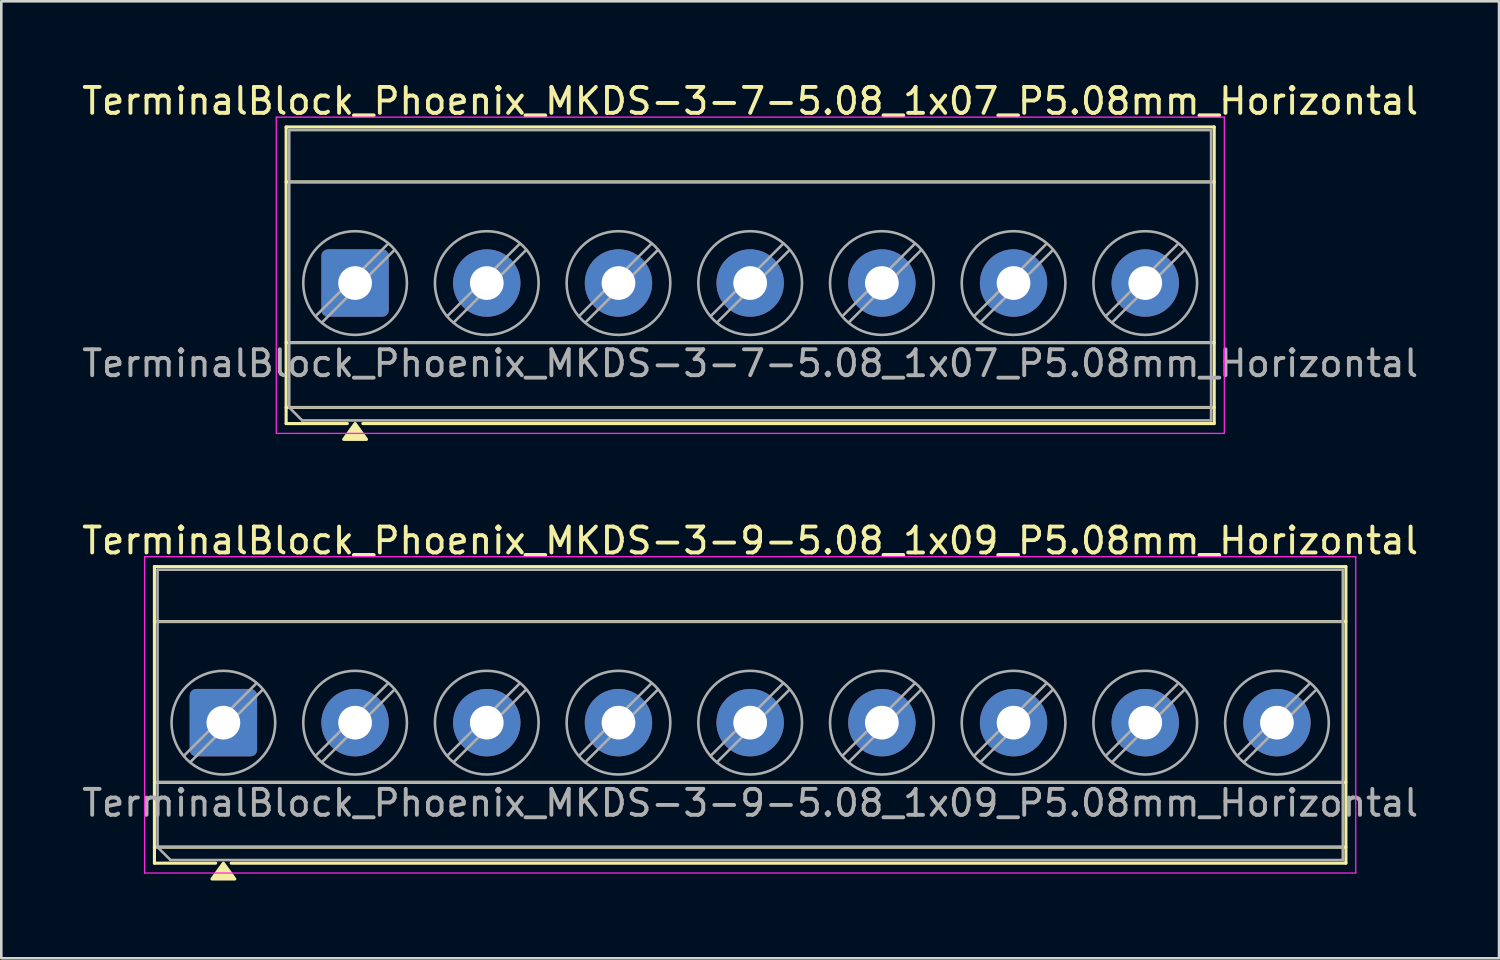
<source format=kicad_pcb>
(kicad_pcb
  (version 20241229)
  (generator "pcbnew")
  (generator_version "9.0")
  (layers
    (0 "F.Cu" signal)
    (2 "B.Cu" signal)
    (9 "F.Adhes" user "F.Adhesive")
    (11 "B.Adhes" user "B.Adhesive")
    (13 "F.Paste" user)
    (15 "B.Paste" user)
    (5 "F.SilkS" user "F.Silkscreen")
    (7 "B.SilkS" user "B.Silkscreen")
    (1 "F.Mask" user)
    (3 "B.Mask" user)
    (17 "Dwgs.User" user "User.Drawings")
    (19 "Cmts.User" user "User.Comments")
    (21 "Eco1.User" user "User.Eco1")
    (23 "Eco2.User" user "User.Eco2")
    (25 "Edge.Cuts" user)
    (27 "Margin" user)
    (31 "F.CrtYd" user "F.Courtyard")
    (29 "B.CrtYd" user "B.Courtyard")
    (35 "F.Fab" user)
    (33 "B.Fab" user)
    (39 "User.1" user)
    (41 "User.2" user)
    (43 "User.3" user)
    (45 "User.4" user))
  (footprint "TerminalBlock_Phoenix_MKDS-3-7-5.08_1x07_P5.08mm_Horizontal"
    (layer "F.Cu")
    (at 10.647 7.868)
    (property "Reference" "TerminalBlock_Phoenix_MKDS-3-7-5.08_1x07_P5.08mm_Horizontal" (at 15.24 -7.02 0) (layer "F.SilkS") (effects (font (size 1 1) (thickness 0.15))))
    (attr through_hole)
    (fp_line (start -2.66 -6.02) (end -2.66 5.42) (stroke (width 0.12) (type solid)) (layer "F.SilkS"))
    (fp_line (start -2.66 -6.02) (end 33.14 -6.02) (stroke (width 0.12) (type solid)) (layer "F.SilkS"))
    (fp_line (start -2.66 -3.9) (end 33.14 -3.9) (stroke (width 0.12) (type solid)) (layer "F.SilkS"))
    (fp_line (start -2.66 2.3) (end 33.14 2.3) (stroke (width 0.12) (type solid)) (layer "F.SilkS"))
    (fp_line (start -2.66 4.8) (end 33.14 4.8) (stroke (width 0.12) (type solid)) (layer "F.SilkS"))
    (fp_line (start -2.66 5.42) (end -0.3 5.42) (stroke (width 0.12) (type solid)) (layer "F.SilkS"))
    (fp_line (start 0.3 5.42) (end 33.14 5.42) (stroke (width 0.12) (type solid)) (layer "F.SilkS"))
    (fp_line (start 33.14 -6.02) (end 33.14 5.42) (stroke (width 0.12) (type solid)) (layer "F.SilkS"))
    (fp_poly (pts (xy 0 5.42) (xy 0.44 6.03) (xy -0.44 6.03)) (stroke (width 0.12) (type solid)) (fill yes) (layer "F.SilkS"))
    (fp_line (start -3.04 -6.4) (end -3.04 5.8) (stroke (width 0.05) (type solid)) (layer "F.CrtYd"))
    (fp_line (start -3.04 5.8) (end 33.53 5.8) (stroke (width 0.05) (type solid)) (layer "F.CrtYd"))
    (fp_line (start 33.53 -6.4) (end -3.04 -6.4) (stroke (width 0.05) (type solid)) (layer "F.CrtYd"))
    (fp_line (start 33.53 5.8) (end 33.53 -6.4) (stroke (width 0.05) (type solid)) (layer "F.CrtYd"))
    (fp_line (start -2.54 -5.9) (end 33.02 -5.9) (stroke (width 0.1) (type solid)) (layer "F.Fab"))
    (fp_line (start -2.54 -3.9) (end 33.02 -3.9) (stroke (width 0.1) (type solid)) (layer "F.Fab"))
    (fp_line (start -2.54 2.3) (end 33.02 2.3) (stroke (width 0.1) (type solid)) (layer "F.Fab"))
    (fp_line (start -2.54 4.8) (end -2.54 -5.9) (stroke (width 0.1) (type solid)) (layer "F.Fab"))
    (fp_line (start -2.54 4.8) (end 33.02 4.8) (stroke (width 0.1) (type solid)) (layer "F.Fab"))
    (fp_line (start -2.04 5.3) (end -2.54 4.8) (stroke (width 0.1) (type solid)) (layer "F.Fab"))
    (fp_line (start 1.273 -1.517) (end -1.517 1.272) (stroke (width 0.1) (type solid)) (layer "F.Fab"))
    (fp_line (start 1.517 -1.273) (end -1.273 1.517) (stroke (width 0.1) (type solid)) (layer "F.Fab"))
    (fp_line (start 6.353 -1.517) (end 3.563 1.272) (stroke (width 0.1) (type solid)) (layer "F.Fab"))
    (fp_line (start 6.597 -1.273) (end 3.807 1.517) (stroke (width 0.1) (type solid)) (layer "F.Fab"))
    (fp_line (start 11.433 -1.517) (end 8.643 1.272) (stroke (width 0.1) (type solid)) (layer "F.Fab"))
    (fp_line (start 11.677 -1.273) (end 8.887 1.517) (stroke (width 0.1) (type solid)) (layer "F.Fab"))
    (fp_line (start 16.513 -1.517) (end 13.723 1.272) (stroke (width 0.1) (type solid)) (layer "F.Fab"))
    (fp_line (start 16.757 -1.273) (end 13.967 1.517) (stroke (width 0.1) (type solid)) (layer "F.Fab"))
    (fp_line (start 21.593 -1.517) (end 18.803 1.272) (stroke (width 0.1) (type solid)) (layer "F.Fab"))
    (fp_line (start 21.837 -1.273) (end 19.047 1.517) (stroke (width 0.1) (type solid)) (layer "F.Fab"))
    (fp_line (start 26.673 -1.517) (end 23.883 1.272) (stroke (width 0.1) (type solid)) (layer "F.Fab"))
    (fp_line (start 26.917 -1.273) (end 24.127 1.517) (stroke (width 0.1) (type solid)) (layer "F.Fab"))
    (fp_line (start 31.753 -1.517) (end 28.963 1.272) (stroke (width 0.1) (type solid)) (layer "F.Fab"))
    (fp_line (start 31.997 -1.273) (end 29.207 1.517) (stroke (width 0.1) (type solid)) (layer "F.Fab"))
    (fp_line (start 33.02 -5.9) (end 33.02 5.3) (stroke (width 0.1) (type solid)) (layer "F.Fab"))
    (fp_line (start 33.02 5.3) (end -2.04 5.3) (stroke (width 0.1) (type solid)) (layer "F.Fab"))
    (fp_circle (center 0 0) (end 2 0) (stroke (width 0.1) (type solid)) (fill no) (layer "F.Fab"))
    (fp_circle (center 5.08 0) (end 7.08 0) (stroke (width 0.1) (type solid)) (fill no) (layer "F.Fab"))
    (fp_circle (center 10.16 0) (end 12.16 0) (stroke (width 0.1) (type solid)) (fill no) (layer "F.Fab"))
    (fp_circle (center 15.24 0) (end 17.24 0) (stroke (width 0.1) (type solid)) (fill no) (layer "F.Fab"))
    (fp_circle (center 20.32 0) (end 22.32 0) (stroke (width 0.1) (type solid)) (fill no) (layer "F.Fab"))
    (fp_circle (center 25.4 0) (end 27.4 0) (stroke (width 0.1) (type solid)) (fill no) (layer "F.Fab"))
    (fp_circle (center 30.48 0) (end 32.48 0) (stroke (width 0.1) (type solid)) (fill no) (layer "F.Fab"))
    (fp_text user "${REFERENCE}" (at 15.24 3.1 0) (layer "F.Fab") (effects (font (size 1 1) (thickness 0.15))))
    (pad "1" thru_hole roundrect (at 0 0) (size 2.6 2.6) (drill 1.3) (layers "*.Cu" "*.Mask") (roundrect_rratio 0.096))
    (pad "2" thru_hole circle (at 5.08 0) (size 2.6 2.6) (drill 1.3) (layers "*.Cu" "*.Mask"))
    (pad "3" thru_hole circle (at 10.16 0) (size 2.6 2.6) (drill 1.3) (layers "*.Cu" "*.Mask"))
    (pad "4" thru_hole circle (at 15.24 0) (size 2.6 2.6) (drill 1.3) (layers "*.Cu" "*.Mask"))
    (pad "5" thru_hole circle (at 20.32 0) (size 2.6 2.6) (drill 1.3) (layers "*.Cu" "*.Mask"))
    (pad "6" thru_hole circle (at 25.4 0) (size 2.6 2.6) (drill 1.3) (layers "*.Cu" "*.Mask"))
    (pad "7" thru_hole circle (at 30.48 0) (size 2.6 2.6) (drill 1.3) (layers "*.Cu" "*.Mask")))
  (footprint "TerminalBlock_Phoenix_MKDS-3-9-5.08_1x09_P5.08mm_Horizontal"
    (layer "F.Cu")
    (at 5.567 24.826)
    (property "Reference" "TerminalBlock_Phoenix_MKDS-3-9-5.08_1x09_P5.08mm_Horizontal" (at 20.32 -7.02 0) (layer "F.SilkS") (effects (font (size 1 1) (thickness 0.15))))
    (attr through_hole)
    (fp_line (start -2.66 -6.02) (end -2.66 5.42) (stroke (width 0.12) (type solid)) (layer "F.SilkS"))
    (fp_line (start -2.66 -6.02) (end 43.3 -6.02) (stroke (width 0.12) (type solid)) (layer "F.SilkS"))
    (fp_line (start -2.66 -3.9) (end 43.3 -3.9) (stroke (width 0.12) (type solid)) (layer "F.SilkS"))
    (fp_line (start -2.66 2.3) (end 43.3 2.3) (stroke (width 0.12) (type solid)) (layer "F.SilkS"))
    (fp_line (start -2.66 4.8) (end 43.3 4.8) (stroke (width 0.12) (type solid)) (layer "F.SilkS"))
    (fp_line (start -2.66 5.42) (end -0.3 5.42) (stroke (width 0.12) (type solid)) (layer "F.SilkS"))
    (fp_line (start 0.3 5.42) (end 43.3 5.42) (stroke (width 0.12) (type solid)) (layer "F.SilkS"))
    (fp_line (start 43.3 -6.02) (end 43.3 5.42) (stroke (width 0.12) (type solid)) (layer "F.SilkS"))
    (fp_poly (pts (xy 0 5.42) (xy 0.44 6.03) (xy -0.44 6.03)) (stroke (width 0.12) (type solid)) (fill yes) (layer "F.SilkS"))
    (fp_line (start -3.04 -6.4) (end -3.04 5.8) (stroke (width 0.05) (type solid)) (layer "F.CrtYd"))
    (fp_line (start -3.04 5.8) (end 43.68 5.8) (stroke (width 0.05) (type solid)) (layer "F.CrtYd"))
    (fp_line (start 43.68 -6.4) (end -3.04 -6.4) (stroke (width 0.05) (type solid)) (layer "F.CrtYd"))
    (fp_line (start 43.68 5.8) (end 43.68 -6.4) (stroke (width 0.05) (type solid)) (layer "F.CrtYd"))
    (fp_line (start -2.54 -5.9) (end 43.18 -5.9) (stroke (width 0.1) (type solid)) (layer "F.Fab"))
    (fp_line (start -2.54 -3.9) (end 43.18 -3.9) (stroke (width 0.1) (type solid)) (layer "F.Fab"))
    (fp_line (start -2.54 2.3) (end 43.18 2.3) (stroke (width 0.1) (type solid)) (layer "F.Fab"))
    (fp_line (start -2.54 4.8) (end -2.54 -5.9) (stroke (width 0.1) (type solid)) (layer "F.Fab"))
    (fp_line (start -2.54 4.8) (end 43.18 4.8) (stroke (width 0.1) (type solid)) (layer "F.Fab"))
    (fp_line (start -2.04 5.3) (end -2.54 4.8) (stroke (width 0.1) (type solid)) (layer "F.Fab"))
    (fp_line (start 1.273 -1.517) (end -1.517 1.272) (stroke (width 0.1) (type solid)) (layer "F.Fab"))
    (fp_line (start 1.517 -1.273) (end -1.273 1.517) (stroke (width 0.1) (type solid)) (layer "F.Fab"))
    (fp_line (start 6.353 -1.517) (end 3.563 1.272) (stroke (width 0.1) (type solid)) (layer "F.Fab"))
    (fp_line (start 6.597 -1.273) (end 3.807 1.517) (stroke (width 0.1) (type solid)) (layer "F.Fab"))
    (fp_line (start 11.433 -1.517) (end 8.643 1.272) (stroke (width 0.1) (type solid)) (layer "F.Fab"))
    (fp_line (start 11.677 -1.273) (end 8.887 1.517) (stroke (width 0.1) (type solid)) (layer "F.Fab"))
    (fp_line (start 16.513 -1.517) (end 13.723 1.272) (stroke (width 0.1) (type solid)) (layer "F.Fab"))
    (fp_line (start 16.757 -1.273) (end 13.967 1.517) (stroke (width 0.1) (type solid)) (layer "F.Fab"))
    (fp_line (start 21.593 -1.517) (end 18.803 1.272) (stroke (width 0.1) (type solid)) (layer "F.Fab"))
    (fp_line (start 21.837 -1.273) (end 19.047 1.517) (stroke (width 0.1) (type solid)) (layer "F.Fab"))
    (fp_line (start 26.673 -1.517) (end 23.883 1.272) (stroke (width 0.1) (type solid)) (layer "F.Fab"))
    (fp_line (start 26.917 -1.273) (end 24.127 1.517) (stroke (width 0.1) (type solid)) (layer "F.Fab"))
    (fp_line (start 31.753 -1.517) (end 28.963 1.272) (stroke (width 0.1) (type solid)) (layer "F.Fab"))
    (fp_line (start 31.997 -1.273) (end 29.207 1.517) (stroke (width 0.1) (type solid)) (layer "F.Fab"))
    (fp_line (start 36.833 -1.517) (end 34.043 1.272) (stroke (width 0.1) (type solid)) (layer "F.Fab"))
    (fp_line (start 37.077 -1.273) (end 34.287 1.517) (stroke (width 0.1) (type solid)) (layer "F.Fab"))
    (fp_line (start 41.913 -1.517) (end 39.123 1.272) (stroke (width 0.1) (type solid)) (layer "F.Fab"))
    (fp_line (start 42.157 -1.273) (end 39.367 1.517) (stroke (width 0.1) (type solid)) (layer "F.Fab"))
    (fp_line (start 43.18 -5.9) (end 43.18 5.3) (stroke (width 0.1) (type solid)) (layer "F.Fab"))
    (fp_line (start 43.18 5.3) (end -2.04 5.3) (stroke (width 0.1) (type solid)) (layer "F.Fab"))
    (fp_circle (center 0 0) (end 2 0) (stroke (width 0.1) (type solid)) (fill no) (layer "F.Fab"))
    (fp_circle (center 5.08 0) (end 7.08 0) (stroke (width 0.1) (type solid)) (fill no) (layer "F.Fab"))
    (fp_circle (center 10.16 0) (end 12.16 0) (stroke (width 0.1) (type solid)) (fill no) (layer "F.Fab"))
    (fp_circle (center 15.24 0) (end 17.24 0) (stroke (width 0.1) (type solid)) (fill no) (layer "F.Fab"))
    (fp_circle (center 20.32 0) (end 22.32 0) (stroke (width 0.1) (type solid)) (fill no) (layer "F.Fab"))
    (fp_circle (center 25.4 0) (end 27.4 0) (stroke (width 0.1) (type solid)) (fill no) (layer "F.Fab"))
    (fp_circle (center 30.48 0) (end 32.48 0) (stroke (width 0.1) (type solid)) (fill no) (layer "F.Fab"))
    (fp_circle (center 35.56 0) (end 37.56 0) (stroke (width 0.1) (type solid)) (fill no) (layer "F.Fab"))
    (fp_circle (center 40.64 0) (end 42.64 0) (stroke (width 0.1) (type solid)) (fill no) (layer "F.Fab"))
    (fp_text user "${REFERENCE}" (at 20.32 3.1 0) (layer "F.Fab") (effects (font (size 1 1) (thickness 0.15))))
    (pad "1" thru_hole roundrect (at 0 0) (size 2.6 2.6) (drill 1.3) (layers "*.Cu" "*.Mask") (roundrect_rratio 0.096))
    (pad "2" thru_hole circle (at 5.08 0) (size 2.6 2.6) (drill 1.3) (layers "*.Cu" "*.Mask"))
    (pad "3" thru_hole circle (at 10.16 0) (size 2.6 2.6) (drill 1.3) (layers "*.Cu" "*.Mask"))
    (pad "4" thru_hole circle (at 15.24 0) (size 2.6 2.6) (drill 1.3) (layers "*.Cu" "*.Mask"))
    (pad "5" thru_hole circle (at 20.32 0) (size 2.6 2.6) (drill 1.3) (layers "*.Cu" "*.Mask"))
    (pad "6" thru_hole circle (at 25.4 0) (size 2.6 2.6) (drill 1.3) (layers "*.Cu" "*.Mask"))
    (pad "7" thru_hole circle (at 30.48 0) (size 2.6 2.6) (drill 1.3) (layers "*.Cu" "*.Mask"))
    (pad "8" thru_hole circle (at 35.56 0) (size 2.6 2.6) (drill 1.3) (layers "*.Cu" "*.Mask"))
    (pad "9" thru_hole circle (at 40.64 0) (size 2.6 2.6) (drill 1.3) (layers "*.Cu" "*.Mask")))
  (gr_rect
    (start -3 -3)
    (end 54.774 33.916)
    (stroke (width 0.1) (type default))
    (fill no)
    (layer "Edge.Cuts")))
</source>
